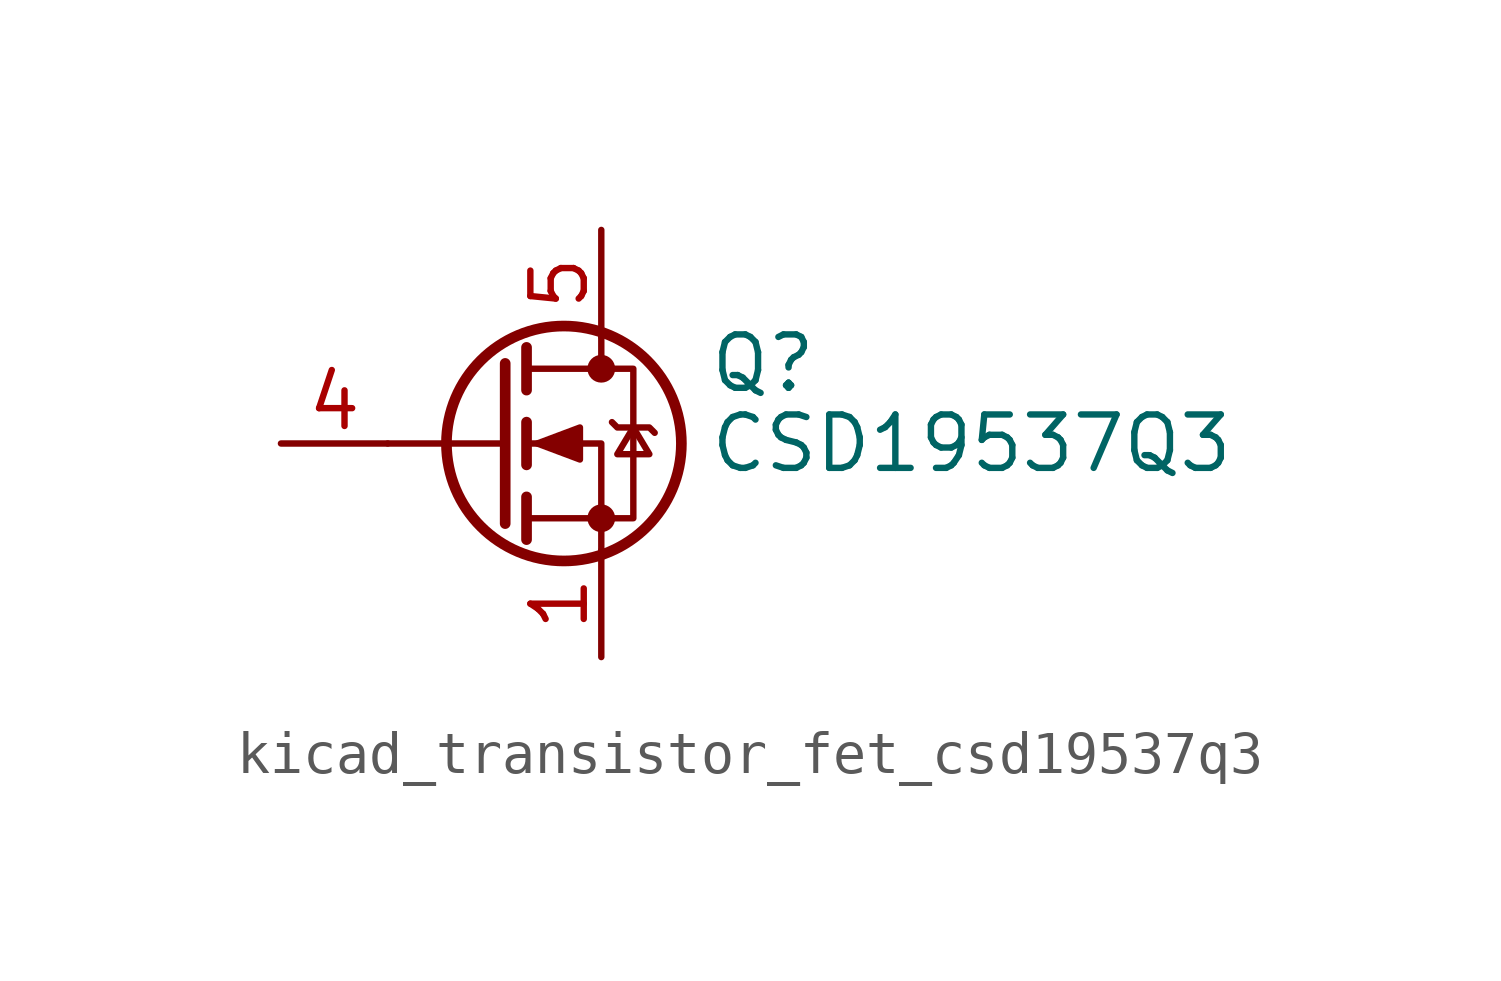
<source format=kicad_sym>
(kicad_symbol_lib
  (version 20220914)
  (generator kicad_symbol_editor)
  (symbol "kicad_transistor_fet_csd19537q3"
    (pin_names hide)
    (property "Reference" "Q"
      (at 5.08 1.905 0)
      (effects (font (size 1.27 1.27)) (justify left)))
    (property "Value" "CSD19537Q3"
      (at 5.08 0 0)
      (effects (font (size 1.27 1.27)) (justify left)))
    (symbol "kicad_transistor_fet_csd19537q3_0_1"
      (polyline (pts (xy 0.254 0) (xy -2.54 0)) (stroke (width 0) (type default)) (fill (type none)))
      (polyline (pts (xy 0.254 1.905) (xy 0.254 -1.905)) (stroke (width 0.254) (type default)) (fill (type none)))
      (polyline (pts (xy 0.762 -1.27) (xy 0.762 -2.286)) (stroke (width 0.254) (type default)) (fill (type none)))
      (polyline (pts (xy 0.762 0.508) (xy 0.762 -0.508)) (stroke (width 0.254) (type default)) (fill (type none)))
      (polyline (pts (xy 0.762 2.286) (xy 0.762 1.27)) (stroke (width 0.254) (type default)) (fill (type none)))
      (polyline (pts (xy 2.54 2.54) (xy 2.54 1.778)) (stroke (width 0) (type default)) (fill (type none)))
      (polyline (pts (xy 2.54 -2.54) (xy 2.54 0) (xy 0.762 0)) (stroke (width 0) (type default)) (fill (type none)))
      (polyline (pts (xy 0.762 -1.778) (xy 3.302 -1.778) (xy 3.302 1.778) (xy 0.762 1.778)) (stroke (width 0) (type default)) (fill (type none)))
      (polyline (pts (xy 1.016 0) (xy 2.032 0.381) (xy 2.032 -0.381) (xy 1.016 0)) (stroke (width 0) (type default)) (fill (type outline)))
      (polyline (pts (xy 2.794 0.508) (xy 2.921 0.381) (xy 3.683 0.381) (xy 3.81 0.254)) (stroke (width 0) (type default)) (fill (type none)))
      (polyline (pts (xy 3.302 0.381) (xy 2.921 -0.254) (xy 3.683 -0.254) (xy 3.302 0.381)) (stroke (width 0) (type default)) (fill (type none)))
      (circle (center 1.651 0) (radius 2.794) (stroke (width 0.254) (type default)) (fill (type none)))
      (circle (center 2.54 -1.778) (radius 0.254) (stroke (width 0) (type default)) (fill (type outline)))
      (circle (center 2.54 1.778) (radius 0.254) (stroke (width 0) (type default)) (fill (type outline))))
    (symbol "kicad_transistor_fet_csd19537q3_1_1"
      (pin passive line (at 2.54 -5.08 90) (length 2.54) (name "S" (effects (font (size 1.27 1.27)))) (number "1" (effects (font (size 1.27 1.27)))))
      (pin passive line (at 2.54 -5.08 90) (length 2.54) hide (name "S" (effects (font (size 1.27 1.27)))) (number "2" (effects (font (size 1.27 1.27)))))
      (pin passive line (at 2.54 -5.08 90) (length 2.54) hide (name "S" (effects (font (size 1.27 1.27)))) (number "3" (effects (font (size 1.27 1.27)))))
      (pin passive line (at -5.08 0 0) (length 2.54) (name "G" (effects (font (size 1.27 1.27)))) (number "4" (effects (font (size 1.27 1.27)))))
      (pin passive line (at 2.54 5.08 270) (length 2.54) (name "D" (effects (font (size 1.27 1.27)))) (number "5" (effects (font (size 1.27 1.27))))))))
</source>
